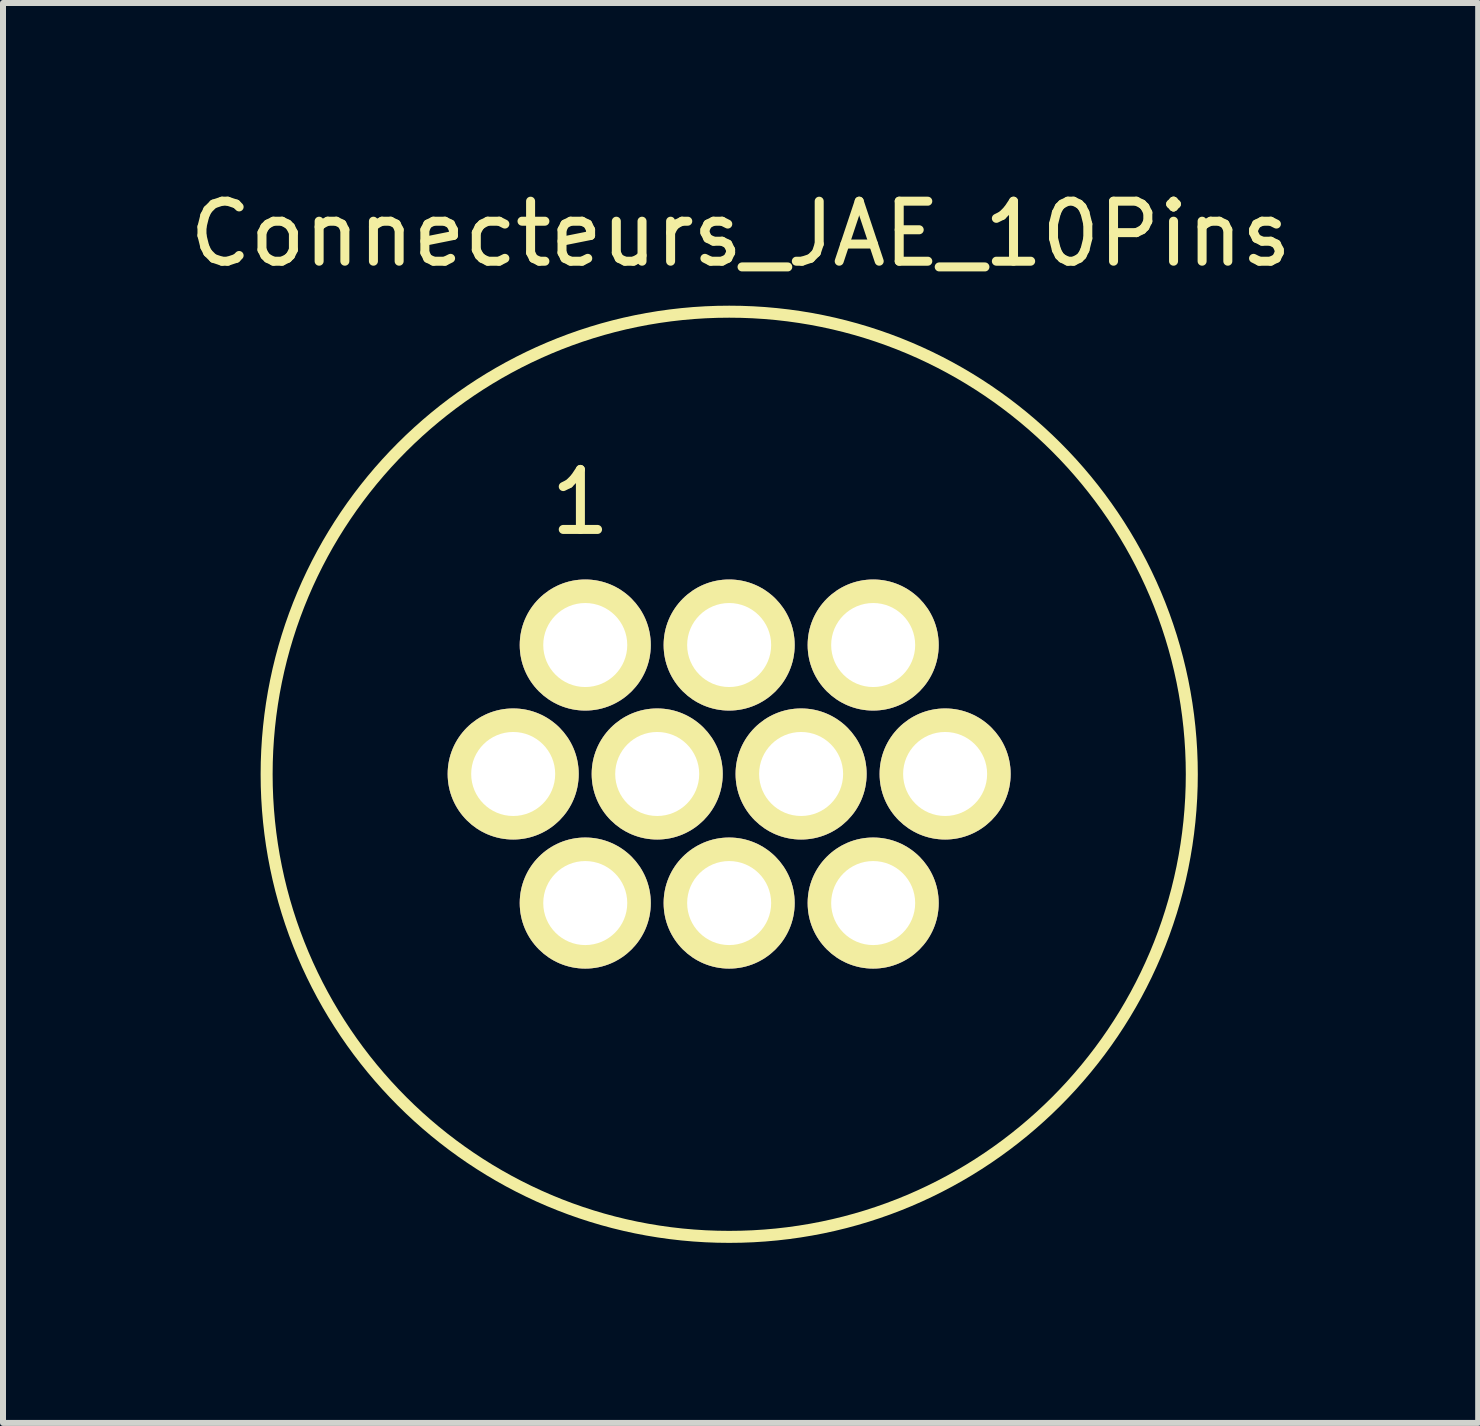
<source format=kicad_pcb>
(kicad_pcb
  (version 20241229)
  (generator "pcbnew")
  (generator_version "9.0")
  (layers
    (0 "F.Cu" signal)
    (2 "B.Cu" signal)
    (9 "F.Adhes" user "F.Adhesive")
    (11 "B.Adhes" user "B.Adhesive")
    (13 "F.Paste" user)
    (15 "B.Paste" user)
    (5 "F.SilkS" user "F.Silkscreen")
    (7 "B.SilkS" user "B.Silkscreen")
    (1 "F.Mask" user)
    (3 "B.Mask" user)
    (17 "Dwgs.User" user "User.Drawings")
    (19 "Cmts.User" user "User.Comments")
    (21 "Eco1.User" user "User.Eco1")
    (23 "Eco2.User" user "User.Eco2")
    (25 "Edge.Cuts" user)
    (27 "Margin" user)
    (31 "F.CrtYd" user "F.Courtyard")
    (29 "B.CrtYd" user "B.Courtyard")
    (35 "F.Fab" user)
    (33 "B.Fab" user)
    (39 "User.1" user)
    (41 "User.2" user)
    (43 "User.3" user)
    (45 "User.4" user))
  (footprint "Connecteurs_JAE_10Pins"
    (layer "F.Cu")
    (at 9.082 9.818)
    (property "Reference" "Connecteurs_JAE_10Pins" (at 0.21 -8.97 0) (layer "F.SilkS") (effects (font (size 1 1) (thickness 0.15))))
    (attr through_hole)
    (fp_circle (center 0.02 0.035) (end -7.63 0.985) (stroke (width 0.2) (type solid)) (fill no) (layer "F.SilkS"))
    (fp_text user "1" (at -2.46 -4.5 0) (layer "F.SilkS") (effects (font (size 1 1) (thickness 0.15))))
    (pad "1" thru_hole circle (at -2.379 -2.119) (size 2.184 2.184) (drill 1.4) (layers "*.Cu" "*.Mask" "F.SilkS"))
    (pad "2" thru_hole circle (at 0.019 -2.119) (size 2.184 2.184) (drill 1.4) (layers "*.Cu" "*.Mask" "F.SilkS"))
    (pad "3" thru_hole circle (at 2.419 -2.119) (size 2.184 2.184) (drill 1.4) (layers "*.Cu" "*.Mask" "F.SilkS"))
    (pad "4" thru_hole circle (at -3.58 0.03) (size 2.184 2.184) (drill 1.4) (layers "*.Cu" "*.Mask" "F.SilkS"))
    (pad "5" thru_hole circle (at -1.18 0.03) (size 2.184 2.184) (drill 1.4) (layers "*.Cu" "*.Mask" "F.SilkS"))
    (pad "6" thru_hole circle (at 1.218 0.03) (size 2.184 2.184) (drill 1.4) (layers "*.Cu" "*.Mask" "F.SilkS"))
    (pad "7" thru_hole circle (at 3.618 0.03) (size 2.184 2.184) (drill 1.4) (layers "*.Cu" "*.Mask" "F.SilkS"))
    (pad "8" thru_hole circle (at -2.379 2.181) (size 2.184 2.184) (drill 1.4) (layers "*.Cu" "*.Mask" "F.SilkS"))
    (pad "9" thru_hole circle (at 0.019 2.181) (size 2.184 2.184) (drill 1.4) (layers "*.Cu" "*.Mask" "F.SilkS"))
    (pad "10" thru_hole circle (at 2.419 2.181) (size 2.184 2.184) (drill 1.4) (layers "*.Cu" "*.Mask" "F.SilkS")))
  (gr_rect
    (start -3 -3)
    (end 21.583 20.662)
    (stroke (width 0.1) (type default))
    (fill no)
    (layer "Edge.Cuts")))
</source>
